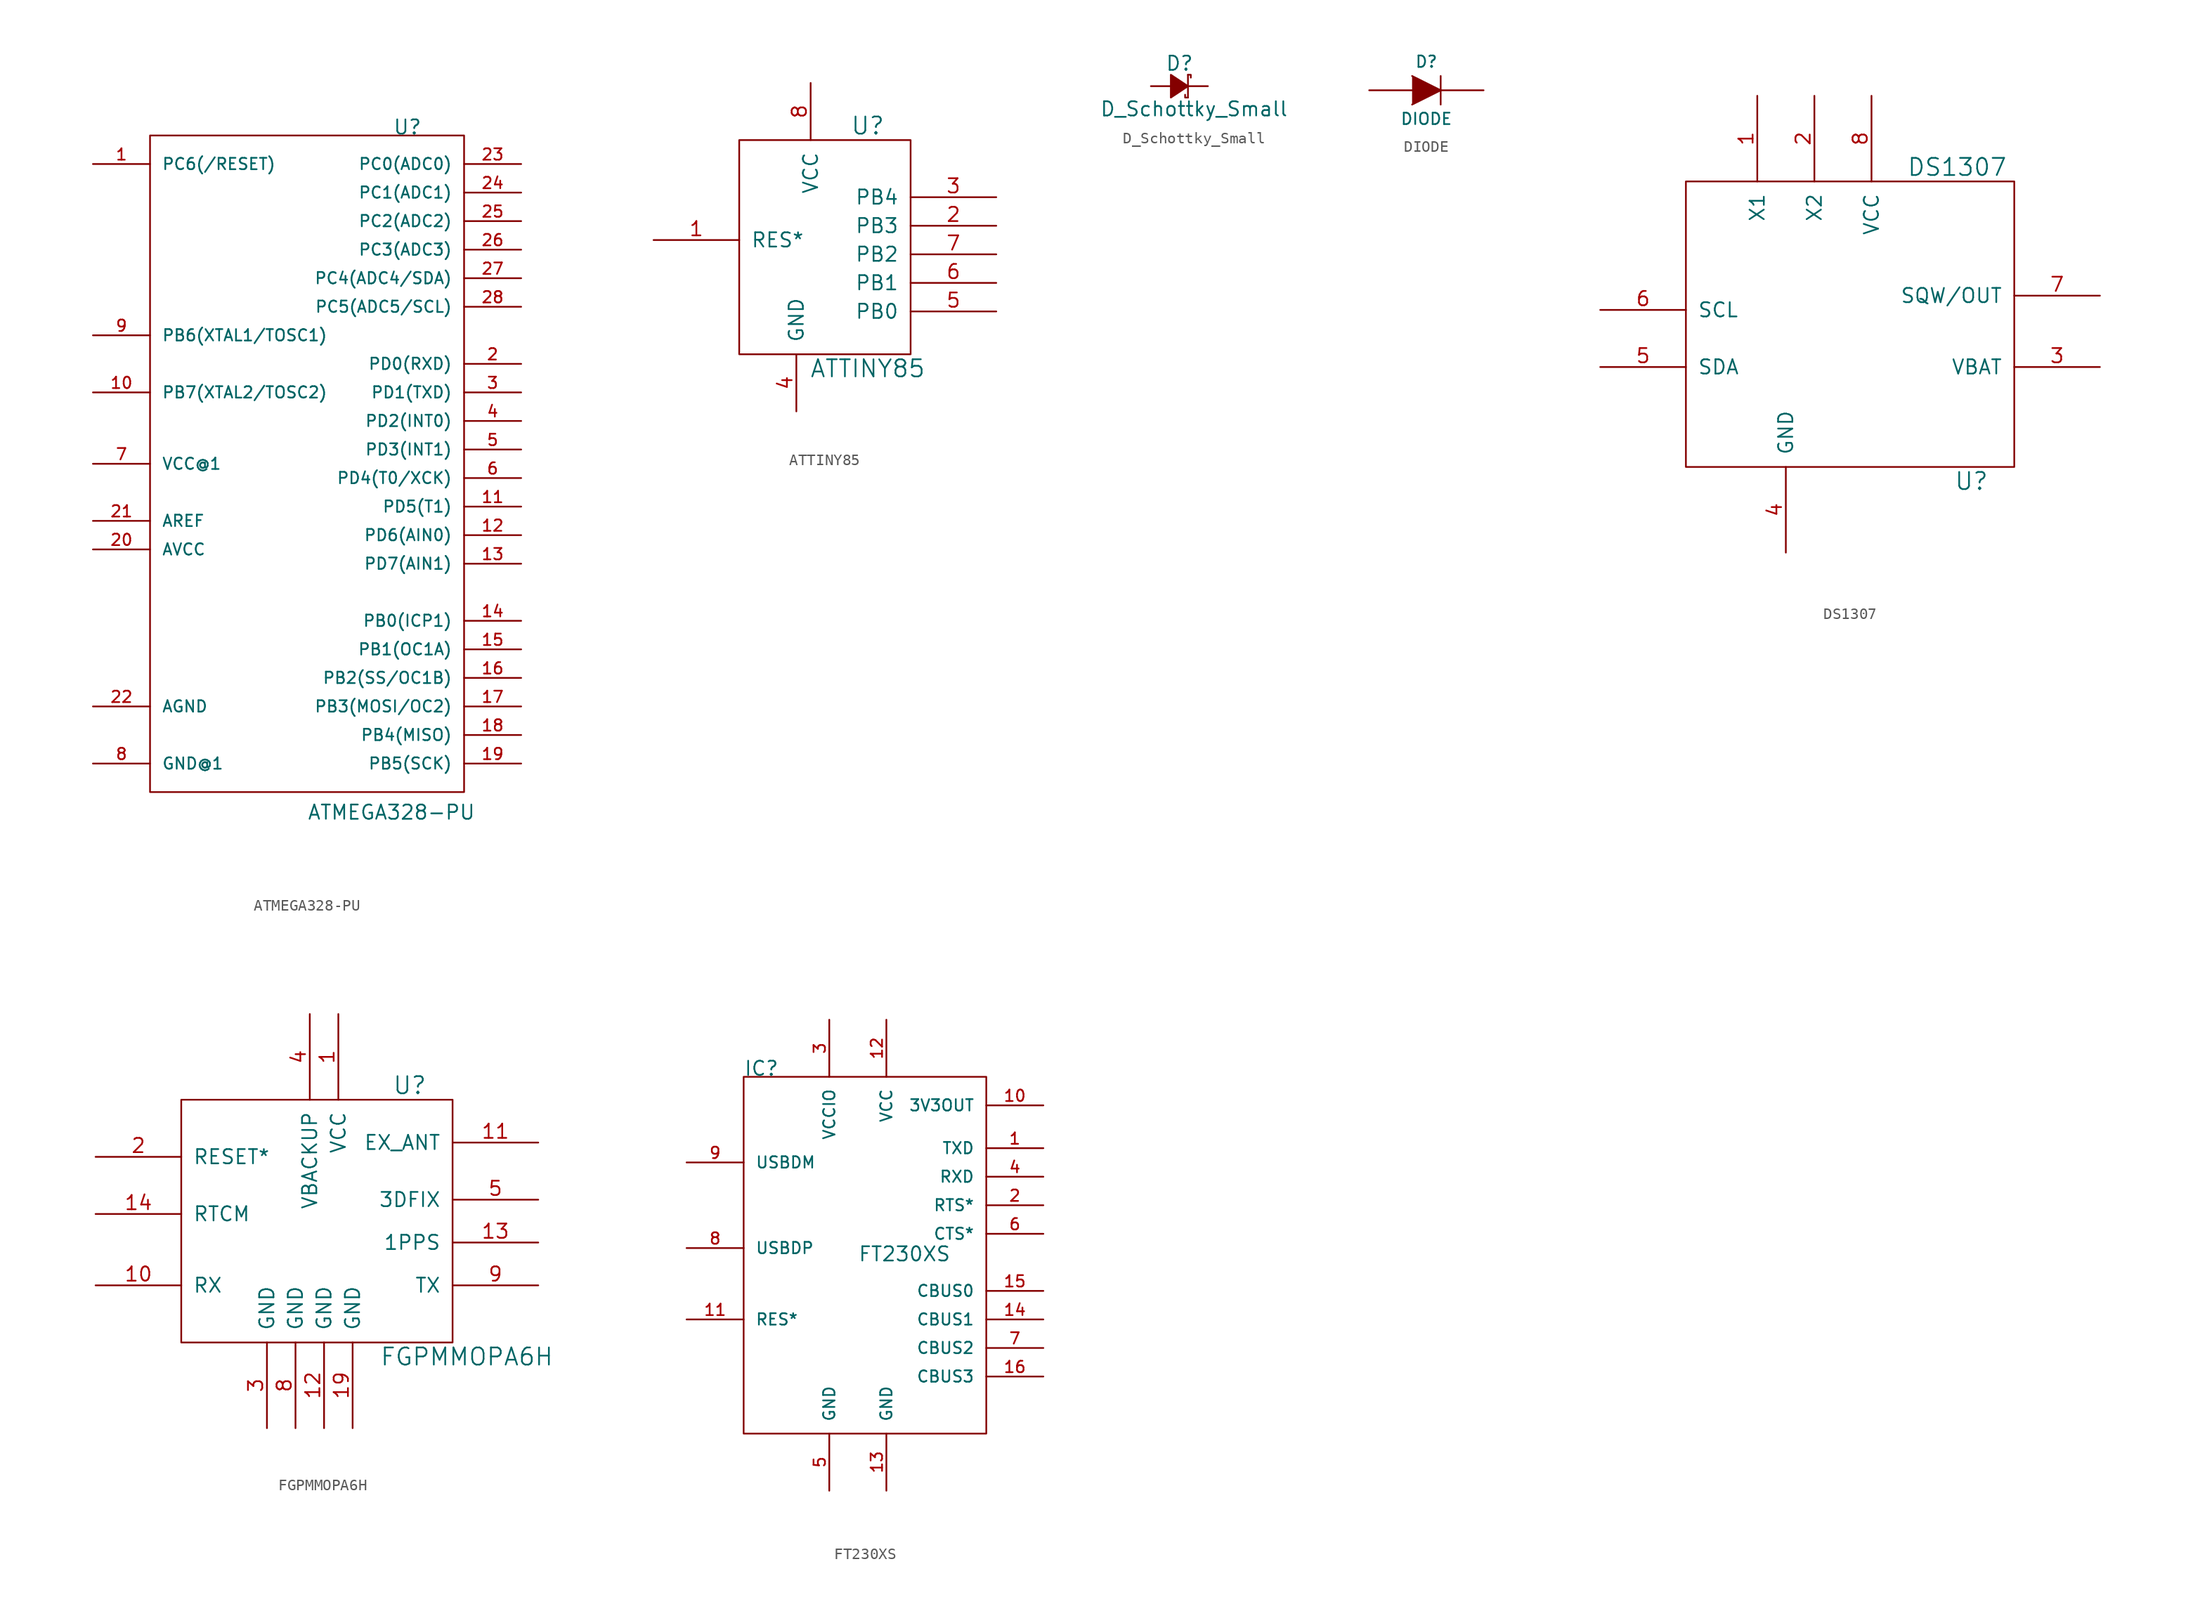
<source format=kicad_sym>
(kicad_symbol_lib
  (version 20220914)
  (generator kicad_symbol_editor)
  (symbol "ATMEGA328-PU"
    (pin_names
      (offset 1.016))
    (property "Reference" "U"
      (at 7.62 25.4 0)
      (effects (font (size 1.27 1.27)) (justify left bottom)))
    (property "Value" "ATMEGA328-PU"
      (at 0 -35.56 0)
      (effects (font (size 1.27 1.27)) (justify left bottom)))
    (property "Datasheet" ""
      (at 0 0 0)
      (effects (font (size 1.524 1.524))))
    (symbol "ATMEGA328-PU_0_1"
      (rectangle (start -13.97 25.4) (end 13.97 -33.02) (stroke (width 0) (type default)) (fill (type none))))
    (symbol "ATMEGA328-PU_1_1"
      (pin bidirectional line (at -19.05 22.86 0) (length 5.08) (name "PC6(/RESET)" (effects (font (size 1.016 1.016)))) (number "1" (effects (font (size 1.016 1.016)))))
      (pin bidirectional line (at -19.05 2.54 0) (length 5.08) (name "PB7(XTAL2/TOSC2)" (effects (font (size 1.016 1.016)))) (number "10" (effects (font (size 1.016 1.016)))))
      (pin bidirectional line (at 19.05 -7.62 180) (length 5.08) (name "PD5(T1)" (effects (font (size 1.016 1.016)))) (number "11" (effects (font (size 1.016 1.016)))))
      (pin bidirectional line (at 19.05 -10.16 180) (length 5.08) (name "PD6(AIN0)" (effects (font (size 1.016 1.016)))) (number "12" (effects (font (size 1.016 1.016)))))
      (pin bidirectional line (at 19.05 -12.7 180) (length 5.08) (name "PD7(AIN1)" (effects (font (size 1.016 1.016)))) (number "13" (effects (font (size 1.016 1.016)))))
      (pin bidirectional line (at 19.05 -17.78 180) (length 5.08) (name "PB0(ICP1)" (effects (font (size 1.016 1.016)))) (number "14" (effects (font (size 1.016 1.016)))))
      (pin bidirectional line (at 19.05 -20.32 180) (length 5.08) (name "PB1(OC1A)" (effects (font (size 1.016 1.016)))) (number "15" (effects (font (size 1.016 1.016)))))
      (pin bidirectional line (at 19.05 -22.86 180) (length 5.08) (name "PB2(SS/OC1B)" (effects (font (size 1.016 1.016)))) (number "16" (effects (font (size 1.016 1.016)))))
      (pin bidirectional line (at 19.05 -25.4 180) (length 5.08) (name "PB3(MOSI/OC2)" (effects (font (size 1.016 1.016)))) (number "17" (effects (font (size 1.016 1.016)))))
      (pin bidirectional line (at 19.05 -27.94 180) (length 5.08) (name "PB4(MISO)" (effects (font (size 1.016 1.016)))) (number "18" (effects (font (size 1.016 1.016)))))
      (pin bidirectional line (at 19.05 -30.48 180) (length 5.08) (name "PB5(SCK)" (effects (font (size 1.016 1.016)))) (number "19" (effects (font (size 1.016 1.016)))))
      (pin bidirectional line (at 19.05 5.08 180) (length 5.08) (name "PD0(RXD)" (effects (font (size 1.016 1.016)))) (number "2" (effects (font (size 1.016 1.016)))))
      (pin passive line (at -19.05 -11.43 0) (length 5.08) (name "AVCC" (effects (font (size 1.016 1.016)))) (number "20" (effects (font (size 1.016 1.016)))))
      (pin passive line (at -19.05 -8.89 0) (length 5.08) (name "AREF" (effects (font (size 1.016 1.016)))) (number "21" (effects (font (size 1.016 1.016)))))
      (pin power_in line (at -19.05 -25.4 0) (length 5.08) (name "AGND" (effects (font (size 1.016 1.016)))) (number "22" (effects (font (size 1.016 1.016)))))
      (pin bidirectional line (at 19.05 22.86 180) (length 5.08) (name "PC0(ADC0)" (effects (font (size 1.016 1.016)))) (number "23" (effects (font (size 1.016 1.016)))))
      (pin bidirectional line (at 19.05 20.32 180) (length 5.08) (name "PC1(ADC1)" (effects (font (size 1.016 1.016)))) (number "24" (effects (font (size 1.016 1.016)))))
      (pin bidirectional line (at 19.05 17.78 180) (length 5.08) (name "PC2(ADC2)" (effects (font (size 1.016 1.016)))) (number "25" (effects (font (size 1.016 1.016)))))
      (pin bidirectional line (at 19.05 15.24 180) (length 5.08) (name "PC3(ADC3)" (effects (font (size 1.016 1.016)))) (number "26" (effects (font (size 1.016 1.016)))))
      (pin bidirectional line (at 19.05 12.7 180) (length 5.08) (name "PC4(ADC4/SDA)" (effects (font (size 1.016 1.016)))) (number "27" (effects (font (size 1.016 1.016)))))
      (pin bidirectional line (at 19.05 10.16 180) (length 5.08) (name "PC5(ADC5/SCL)" (effects (font (size 1.016 1.016)))) (number "28" (effects (font (size 1.016 1.016)))))
      (pin bidirectional line (at 19.05 2.54 180) (length 5.08) (name "PD1(TXD)" (effects (font (size 1.016 1.016)))) (number "3" (effects (font (size 1.016 1.016)))))
      (pin bidirectional line (at 19.05 0 180) (length 5.08) (name "PD2(INT0)" (effects (font (size 1.016 1.016)))) (number "4" (effects (font (size 1.016 1.016)))))
      (pin bidirectional line (at 19.05 -2.54 180) (length 5.08) (name "PD3(INT1)" (effects (font (size 1.016 1.016)))) (number "5" (effects (font (size 1.016 1.016)))))
      (pin bidirectional line (at 19.05 -5.08 180) (length 5.08) (name "PD4(T0/XCK)" (effects (font (size 1.016 1.016)))) (number "6" (effects (font (size 1.016 1.016)))))
      (pin power_in line (at -19.05 -3.81 0) (length 5.08) (name "VCC@1" (effects (font (size 1.016 1.016)))) (number "7" (effects (font (size 1.016 1.016)))))
      (pin power_in line (at -19.05 -30.48 0) (length 5.08) (name "GND@1" (effects (font (size 1.016 1.016)))) (number "8" (effects (font (size 1.016 1.016)))))
      (pin bidirectional line (at -19.05 7.62 0) (length 5.08) (name "PB6(XTAL1/TOSC1)" (effects (font (size 1.016 1.016)))) (number "9" (effects (font (size 1.016 1.016)))))))
  (symbol "ATTINY85"
    (pin_names
      (offset 1.016))
    (property "Reference" "U"
      (at 3.81 20.32 0)
      (effects (font (size 1.524 1.524))))
    (property "Value" "ATTINY85"
      (at 3.81 -1.27 0)
      (effects (font (size 1.524 1.524))))
    (property "Footprint" ""
      (at 0 0 0)
      (effects (font (size 1.524 1.524))))
    (property "Datasheet" ""
      (at 0 0 0)
      (effects (font (size 1.524 1.524))))
    (symbol "ATTINY85_0_1"
      (rectangle (start -7.62 0) (end 7.62 19.05) (stroke (width 0) (type default)) (fill (type none))))
    (symbol "ATTINY85_1_1"
      (pin input line (at -15.24 10.16 0) (length 7.62) (name "RES*" (effects (font (size 1.27 1.27)))) (number "1" (effects (font (size 1.27 1.27)))))
      (pin bidirectional line (at 15.24 11.43 180) (length 7.62) (name "PB3" (effects (font (size 1.27 1.27)))) (number "2" (effects (font (size 1.27 1.27)))))
      (pin bidirectional line (at 15.24 13.97 180) (length 7.62) (name "PB4" (effects (font (size 1.27 1.27)))) (number "3" (effects (font (size 1.27 1.27)))))
      (pin power_in line (at -2.54 -5.08 90) (length 5.08) (name "GND" (effects (font (size 1.27 1.27)))) (number "4" (effects (font (size 1.27 1.27)))))
      (pin bidirectional line (at 15.24 3.81 180) (length 7.62) (name "PB0" (effects (font (size 1.27 1.27)))) (number "5" (effects (font (size 1.27 1.27)))))
      (pin bidirectional line (at 15.24 6.35 180) (length 7.62) (name "PB1" (effects (font (size 1.27 1.27)))) (number "6" (effects (font (size 1.27 1.27)))))
      (pin bidirectional line (at 15.24 8.89 180) (length 7.62) (name "PB2" (effects (font (size 1.27 1.27)))) (number "7" (effects (font (size 1.27 1.27)))))
      (pin power_in line (at -1.27 24.13 270) (length 5.08) (name "VCC" (effects (font (size 1.27 1.27)))) (number "8" (effects (font (size 1.27 1.27)))))))
  (symbol "D_Schottky_Small"
    (pin_numbers hide)
    (pin_names
      (offset 0.254) hide)
    (property "Reference" "D"
      (at -1.27 2.032 0)
      (effects (font (size 1.27 1.27)) (justify left)))
    (property "Value" "D_Schottky_Small"
      (at -7.112 -2.032 0)
      (effects (font (size 1.27 1.27)) (justify left)))
    (property "Footprint" ""
      (at 0 0 90)
      (effects (font (size 1.524 1.524))))
    (property "Datasheet" ""
      (at 0 0 90)
      (effects (font (size 1.524 1.524))))
    (symbol "D_Schottky_Small_0_1"
      (polyline (pts (xy 0.762 -1.016) (xy 0.762 1.016)) (stroke (width 0) (type default)) (fill (type none)))
      (polyline (pts (xy 0.762 -1.016) (xy 0.508 -1.016) (xy 0.508 -0.762)) (stroke (width 0) (type default)) (fill (type none)))
      (polyline (pts (xy 0.762 1.016) (xy 1.016 1.016) (xy 1.016 0.762)) (stroke (width 0) (type default)) (fill (type none)))
      (polyline (pts (xy -0.762 -1.016) (xy 0.762 0) (xy -0.762 1.016) (xy -0.762 -1.016)) (stroke (width 0) (type default)) (fill (type outline))))
    (symbol "D_Schottky_Small_1_1"
      (pin passive line (at 2.54 0 180) (length 1.778) (name "C" (effects (font (size 1.016 1.016)))) (number "1" (effects (font (size 1.016 1.016)))))
      (pin passive line (at -2.54 0 0) (length 1.778) (name "A" (effects (font (size 1.016 1.016)))) (number "2" (effects (font (size 1.016 1.016)))))))
  (symbol "DIODE"
    (pin_numbers hide)
    (pin_names
      (offset 1.016) hide)
    (property "Reference" "D"
      (at 0 2.54 0)
      (effects (font (size 1.016 1.016))))
    (property "Value" "DIODE"
      (at 0 -2.54 0)
      (effects (font (size 1.016 1.016))))
    (property "Footprint" ""
      (at 0 0 0)
      (effects (font (size 1.524 1.524))))
    (property "Datasheet" ""
      (at 0 0 0)
      (effects (font (size 1.524 1.524))))
    (symbol "DIODE_0_1"
      (polyline (pts (xy 1.27 1.27) (xy 1.27 -1.27)) (stroke (width 0.152) (type default)) (fill (type none)))
      (polyline (pts (xy -1.27 1.27) (xy 1.27 0) (xy -1.27 -1.27)) (stroke (width 0) (type default)) (fill (type outline))))
    (symbol "DIODE_1_1"
      (pin passive line (at -5.08 0 0) (length 3.81) (name "A" (effects (font (size 1.016 1.016)))) (number "1" (effects (font (size 1.016 1.016)))))
      (pin passive line (at 5.08 0 180) (length 3.81) (name "K" (effects (font (size 1.016 1.016)))) (number "2" (effects (font (size 1.016 1.016)))))))
  (symbol "DS1307"
    (pin_names
      (offset 1.016))
    (property "Reference" "U"
      (at 11.43 0 0)
      (effects (font (size 1.524 1.524))))
    (property "Value" "DS1307"
      (at 10.16 27.94 0)
      (effects (font (size 1.524 1.524))))
    (property "Footprint" ""
      (at 0 0 0)
      (effects (font (size 1.524 1.524))))
    (property "Datasheet" ""
      (at 0 0 0)
      (effects (font (size 1.524 1.524))))
    (symbol "DS1307_0_1"
      (rectangle (start -13.97 1.27) (end 15.24 26.67) (stroke (width 0) (type default)) (fill (type none))))
    (symbol "DS1307_1_1"
      (pin passive line (at -7.62 34.29 270) (length 7.62) (name "X1" (effects (font (size 1.27 1.27)))) (number "1" (effects (font (size 1.27 1.27)))))
      (pin passive line (at -2.54 34.29 270) (length 7.62) (name "X2" (effects (font (size 1.27 1.27)))) (number "2" (effects (font (size 1.27 1.27)))))
      (pin output line (at 22.86 10.16 180) (length 7.62) (name "VBAT" (effects (font (size 1.27 1.27)))) (number "3" (effects (font (size 1.27 1.27)))))
      (pin power_in line (at -5.08 -6.35 90) (length 7.62) (name "GND" (effects (font (size 1.27 1.27)))) (number "4" (effects (font (size 1.27 1.27)))))
      (pin bidirectional line (at -21.59 10.16 0) (length 7.62) (name "SDA" (effects (font (size 1.27 1.27)))) (number "5" (effects (font (size 1.27 1.27)))))
      (pin input line (at -21.59 15.24 0) (length 7.62) (name "SCL" (effects (font (size 1.27 1.27)))) (number "6" (effects (font (size 1.27 1.27)))))
      (pin output line (at 22.86 16.51 180) (length 7.62) (name "SQW/OUT" (effects (font (size 1.27 1.27)))) (number "7" (effects (font (size 1.27 1.27)))))
      (pin power_in line (at 2.54 34.29 270) (length 7.62) (name "VCC" (effects (font (size 1.27 1.27)))) (number "8" (effects (font (size 1.27 1.27)))))))
  (symbol "FGPMMOPA6H"
    (pin_names
      (offset 1.016))
    (property "Reference" "U"
      (at 16.51 24.13 0)
      (effects (font (size 1.524 1.524))))
    (property "Value" "FGPMMOPA6H"
      (at 21.59 0 0)
      (effects (font (size 1.524 1.524))))
    (property "Footprint" ""
      (at 0 0 0)
      (effects (font (size 1.524 1.524))))
    (property "Datasheet" ""
      (at 0 0 0)
      (effects (font (size 1.524 1.524))))
    (symbol "FGPMMOPA6H_0_0"
      (rectangle (start 20.32 1.27) (end -3.81 22.86) (stroke (width 0) (type default)) (fill (type none))))
    (symbol "FGPMMOPA6H_1_1"
      (pin power_in line (at 10.16 30.48 270) (length 7.62) (name "VCC" (effects (font (size 1.27 1.27)))) (number "1" (effects (font (size 1.27 1.27)))))
      (pin input line (at -11.43 6.35 0) (length 7.62) (name "RX" (effects (font (size 1.27 1.27)))) (number "10" (effects (font (size 1.27 1.27)))))
      (pin input line (at 27.94 19.05 180) (length 7.62) (name "EX_ANT" (effects (font (size 1.27 1.27)))) (number "11" (effects (font (size 1.27 1.27)))))
      (pin power_in line (at 8.89 -6.35 90) (length 7.62) (name "GND" (effects (font (size 1.27 1.27)))) (number "12" (effects (font (size 1.27 1.27)))))
      (pin output line (at 27.94 10.16 180) (length 7.62) (name "1PPS" (effects (font (size 1.27 1.27)))) (number "13" (effects (font (size 1.27 1.27)))))
      (pin input line (at -11.43 12.7 0) (length 7.62) (name "RTCM" (effects (font (size 1.27 1.27)))) (number "14" (effects (font (size 1.27 1.27)))))
      (pin power_in line (at 11.43 -6.35 90) (length 7.62) (name "GND" (effects (font (size 1.27 1.27)))) (number "19" (effects (font (size 1.27 1.27)))))
      (pin input line (at -11.43 17.78 0) (length 7.62) (name "RESET*" (effects (font (size 1.27 1.27)))) (number "2" (effects (font (size 1.27 1.27)))))
      (pin power_in line (at 3.81 -6.35 90) (length 7.62) (name "GND" (effects (font (size 1.27 1.27)))) (number "3" (effects (font (size 1.27 1.27)))))
      (pin power_in line (at 7.62 30.48 270) (length 7.62) (name "VBACKUP" (effects (font (size 1.27 1.27)))) (number "4" (effects (font (size 1.27 1.27)))))
      (pin output line (at 27.94 13.97 180) (length 7.62) (name "3DFIX" (effects (font (size 1.27 1.27)))) (number "5" (effects (font (size 1.27 1.27)))))
      (pin power_in line (at 6.35 -6.35 90) (length 7.62) (name "GND" (effects (font (size 1.27 1.27)))) (number "8" (effects (font (size 1.27 1.27)))))
      (pin output line (at 27.94 6.35 180) (length 7.62) (name "TX" (effects (font (size 1.27 1.27)))) (number "9" (effects (font (size 1.27 1.27)))))))
  (symbol "FT230XS"
    (pin_names
      (offset 1.016))
    (property "Reference" "IC"
      (at -10.16 16.51 0)
      (effects (font (size 1.27 1.27)) (justify left bottom)))
    (property "Value" "FT230XS"
      (at 0 0 0)
      (effects (font (size 1.27 1.27)) (justify left bottom)))
    (property "Datasheet" ""
      (at 0 0 0)
      (effects (font (size 1.524 1.524))))
    (property "ki_locked" ""
      (at 0 0 0)
      (effects (font (size 1.27 1.27))))
    (symbol "FT230XS_0_1"
      (rectangle (start -10.16 16.51) (end 11.43 -15.24) (stroke (width 0) (type default)) (fill (type none))))
    (symbol "FT230XS_1_1"
      (pin output line (at 16.51 10.16 180) (length 5.08) (name "TXD" (effects (font (size 1.016 1.016)))) (number "1" (effects (font (size 1.016 1.016)))))
      (pin output line (at 16.51 13.97 180) (length 5.08) (name "3V3OUT" (effects (font (size 1.016 1.016)))) (number "10" (effects (font (size 1.016 1.016)))))
      (pin input line (at -15.24 -5.08 0) (length 5.08) (name "RES*" (effects (font (size 1.016 1.016)))) (number "11" (effects (font (size 1.016 1.016)))))
      (pin power_in line (at 2.54 21.59 270) (length 5.08) (name "VCC" (effects (font (size 1.016 1.016)))) (number "12" (effects (font (size 1.016 1.016)))))
      (pin power_in line (at 2.54 -20.32 90) (length 5.08) (name "GND" (effects (font (size 1.016 1.016)))) (number "13" (effects (font (size 1.016 1.016)))))
      (pin bidirectional line (at 16.51 -5.08 180) (length 5.08) (name "CBUS1" (effects (font (size 1.016 1.016)))) (number "14" (effects (font (size 1.016 1.016)))))
      (pin bidirectional line (at 16.51 -2.54 180) (length 5.08) (name "CBUS0" (effects (font (size 1.016 1.016)))) (number "15" (effects (font (size 1.016 1.016)))))
      (pin bidirectional line (at 16.51 -10.16 180) (length 5.08) (name "CBUS3" (effects (font (size 1.016 1.016)))) (number "16" (effects (font (size 1.016 1.016)))))
      (pin output line (at 16.51 5.08 180) (length 5.08) (name "RTS*" (effects (font (size 1.016 1.016)))) (number "2" (effects (font (size 1.016 1.016)))))
      (pin power_in line (at -2.54 21.59 270) (length 5.08) (name "VCCIO" (effects (font (size 1.016 1.016)))) (number "3" (effects (font (size 1.016 1.016)))))
      (pin input line (at 16.51 7.62 180) (length 5.08) (name "RXD" (effects (font (size 1.016 1.016)))) (number "4" (effects (font (size 1.016 1.016)))))
      (pin power_in line (at -2.54 -20.32 90) (length 5.08) (name "GND" (effects (font (size 1.016 1.016)))) (number "5" (effects (font (size 1.016 1.016)))))
      (pin input line (at 16.51 2.54 180) (length 5.08) (name "CTS*" (effects (font (size 1.016 1.016)))) (number "6" (effects (font (size 1.016 1.016)))))
      (pin bidirectional line (at 16.51 -7.62 180) (length 5.08) (name "CBUS2" (effects (font (size 1.016 1.016)))) (number "7" (effects (font (size 1.016 1.016)))))
      (pin bidirectional line (at -15.24 1.27 0) (length 5.08) (name "USBDP" (effects (font (size 1.016 1.016)))) (number "8" (effects (font (size 1.016 1.016)))))
      (pin bidirectional line (at -15.24 8.89 0) (length 5.08) (name "USBDM" (effects (font (size 1.016 1.016)))) (number "9" (effects (font (size 1.016 1.016))))))))
</source>
